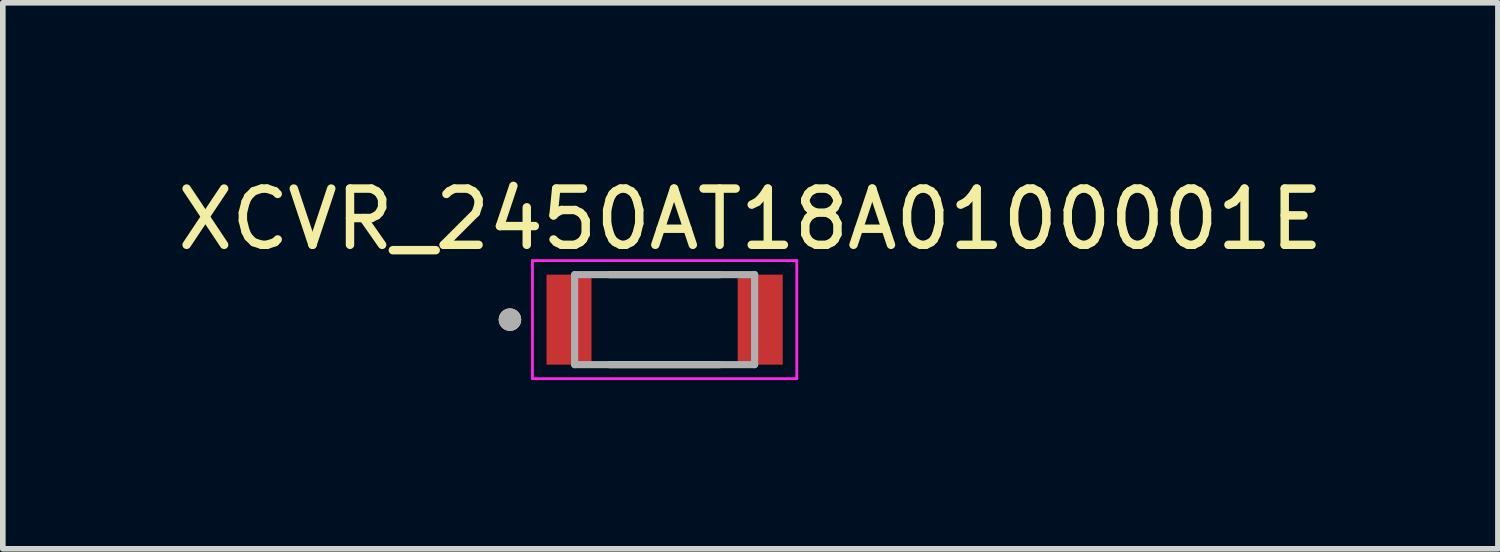
<source format=kicad_pcb>
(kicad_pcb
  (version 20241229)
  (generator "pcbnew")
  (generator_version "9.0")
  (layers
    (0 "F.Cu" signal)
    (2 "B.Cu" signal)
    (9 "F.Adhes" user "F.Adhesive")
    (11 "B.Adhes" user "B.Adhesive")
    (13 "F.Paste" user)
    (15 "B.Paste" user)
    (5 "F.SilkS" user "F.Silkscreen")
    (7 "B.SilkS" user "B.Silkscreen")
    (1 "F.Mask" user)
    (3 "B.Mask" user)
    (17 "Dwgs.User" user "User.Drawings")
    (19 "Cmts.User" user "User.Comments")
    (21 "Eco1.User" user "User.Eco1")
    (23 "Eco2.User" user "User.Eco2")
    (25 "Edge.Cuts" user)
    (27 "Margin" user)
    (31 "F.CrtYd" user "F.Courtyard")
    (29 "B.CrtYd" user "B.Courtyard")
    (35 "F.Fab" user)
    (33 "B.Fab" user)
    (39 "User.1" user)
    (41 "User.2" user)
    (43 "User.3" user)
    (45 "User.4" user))
  (footprint "XCVR_2450AT18A0100001E"
    (layer "F.Cu")
    (at 8.767 2.633)
    (property "Reference" "XCVR_2450AT18A0100001E" (at 1.525 -1.785 0) (layer "F.SilkS") (effects (font (size 1 1) (thickness 0.15))))
    (attr smd)
    (fp_line (start -0.98 -0.8) (end 0.98 -0.8) (stroke (width 0.127) (type solid)) (layer "F.SilkS"))
    (fp_line (start -0.98 0.8) (end 0.98 0.8) (stroke (width 0.127) (type solid)) (layer "F.SilkS"))
    (fp_circle (center -2.75 0) (end -2.65 0) (stroke (width 0.2) (type solid)) (fill no) (layer "F.SilkS"))
    (fp_line (start -2.35 -1.05) (end -2.35 1.05) (stroke (width 0.05) (type solid)) (layer "F.CrtYd"))
    (fp_line (start -2.35 1.05) (end 2.35 1.05) (stroke (width 0.05) (type solid)) (layer "F.CrtYd"))
    (fp_line (start 2.35 -1.05) (end -2.35 -1.05) (stroke (width 0.05) (type solid)) (layer "F.CrtYd"))
    (fp_line (start 2.35 1.05) (end 2.35 -1.05) (stroke (width 0.05) (type solid)) (layer "F.CrtYd"))
    (fp_line (start -1.6 -0.8) (end 1.6 -0.8) (stroke (width 0.127) (type solid)) (layer "F.Fab"))
    (fp_line (start -1.6 0.8) (end -1.6 -0.8) (stroke (width 0.127) (type solid)) (layer "F.Fab"))
    (fp_line (start 1.6 -0.8) (end 1.6 0.8) (stroke (width 0.127) (type solid)) (layer "F.Fab"))
    (fp_line (start 1.6 0.8) (end -1.6 0.8) (stroke (width 0.127) (type solid)) (layer "F.Fab"))
    (fp_circle (center -2.75 0) (end -2.65 0) (stroke (width 0.2) (type solid)) (fill no) (layer "F.Fab"))
    (pad "1" smd rect (at -1.7 0) (size 0.8 1.6) (layers "F.Cu" "F.Mask" "F.Paste"))
    (pad "2" smd rect (at 1.7 0) (size 0.8 1.6) (layers "F.Cu" "F.Mask" "F.Paste"))
    (zone (net_name "") (layer "F.Cu") (hatch full 0.508) (connect_pads) (min_thickness 0.01) (filled_areas_thickness no) (keepout (tracks not_allowed) (vias not_allowed) (pads not_allowed) (copperpour not_allowed) (footprints allowed)) (placement (enabled no)) (fill) (polygon (pts (xy 7.467 1.833) (xy 10.067 1.833) (xy 10.067 3.433) (xy 7.467 3.433))))
    (zone (net_name "") (layers "F.Cu" "B.Cu") (hatch full 0.508) (connect_pads) (min_thickness 0.01) (filled_areas_thickness no) (keepout (tracks allowed) (vias not_allowed) (pads allowed) (copperpour allowed) (footprints allowed)) (placement (enabled no)) (fill) (polygon (pts (xy 7.467 1.833) (xy 10.067 1.833) (xy 10.067 3.433) (xy 7.467 3.433))))
    (zone (net_name "") (layer "B.Cu") (hatch full 0.508) (connect_pads) (min_thickness 0.01) (filled_areas_thickness no) (keepout (tracks not_allowed) (vias not_allowed) (pads not_allowed) (copperpour not_allowed) (footprints allowed)) (placement (enabled no)) (fill) (polygon (pts (xy 7.467 1.833) (xy 10.067 1.833) (xy 10.067 3.433) (xy 7.467 3.433)))))
  (gr_rect
    (start -3 -3)
    (end 23.583 6.708)
    (stroke (width 0.1) (type default))
    (fill no)
    (layer "Edge.Cuts")))
</source>
